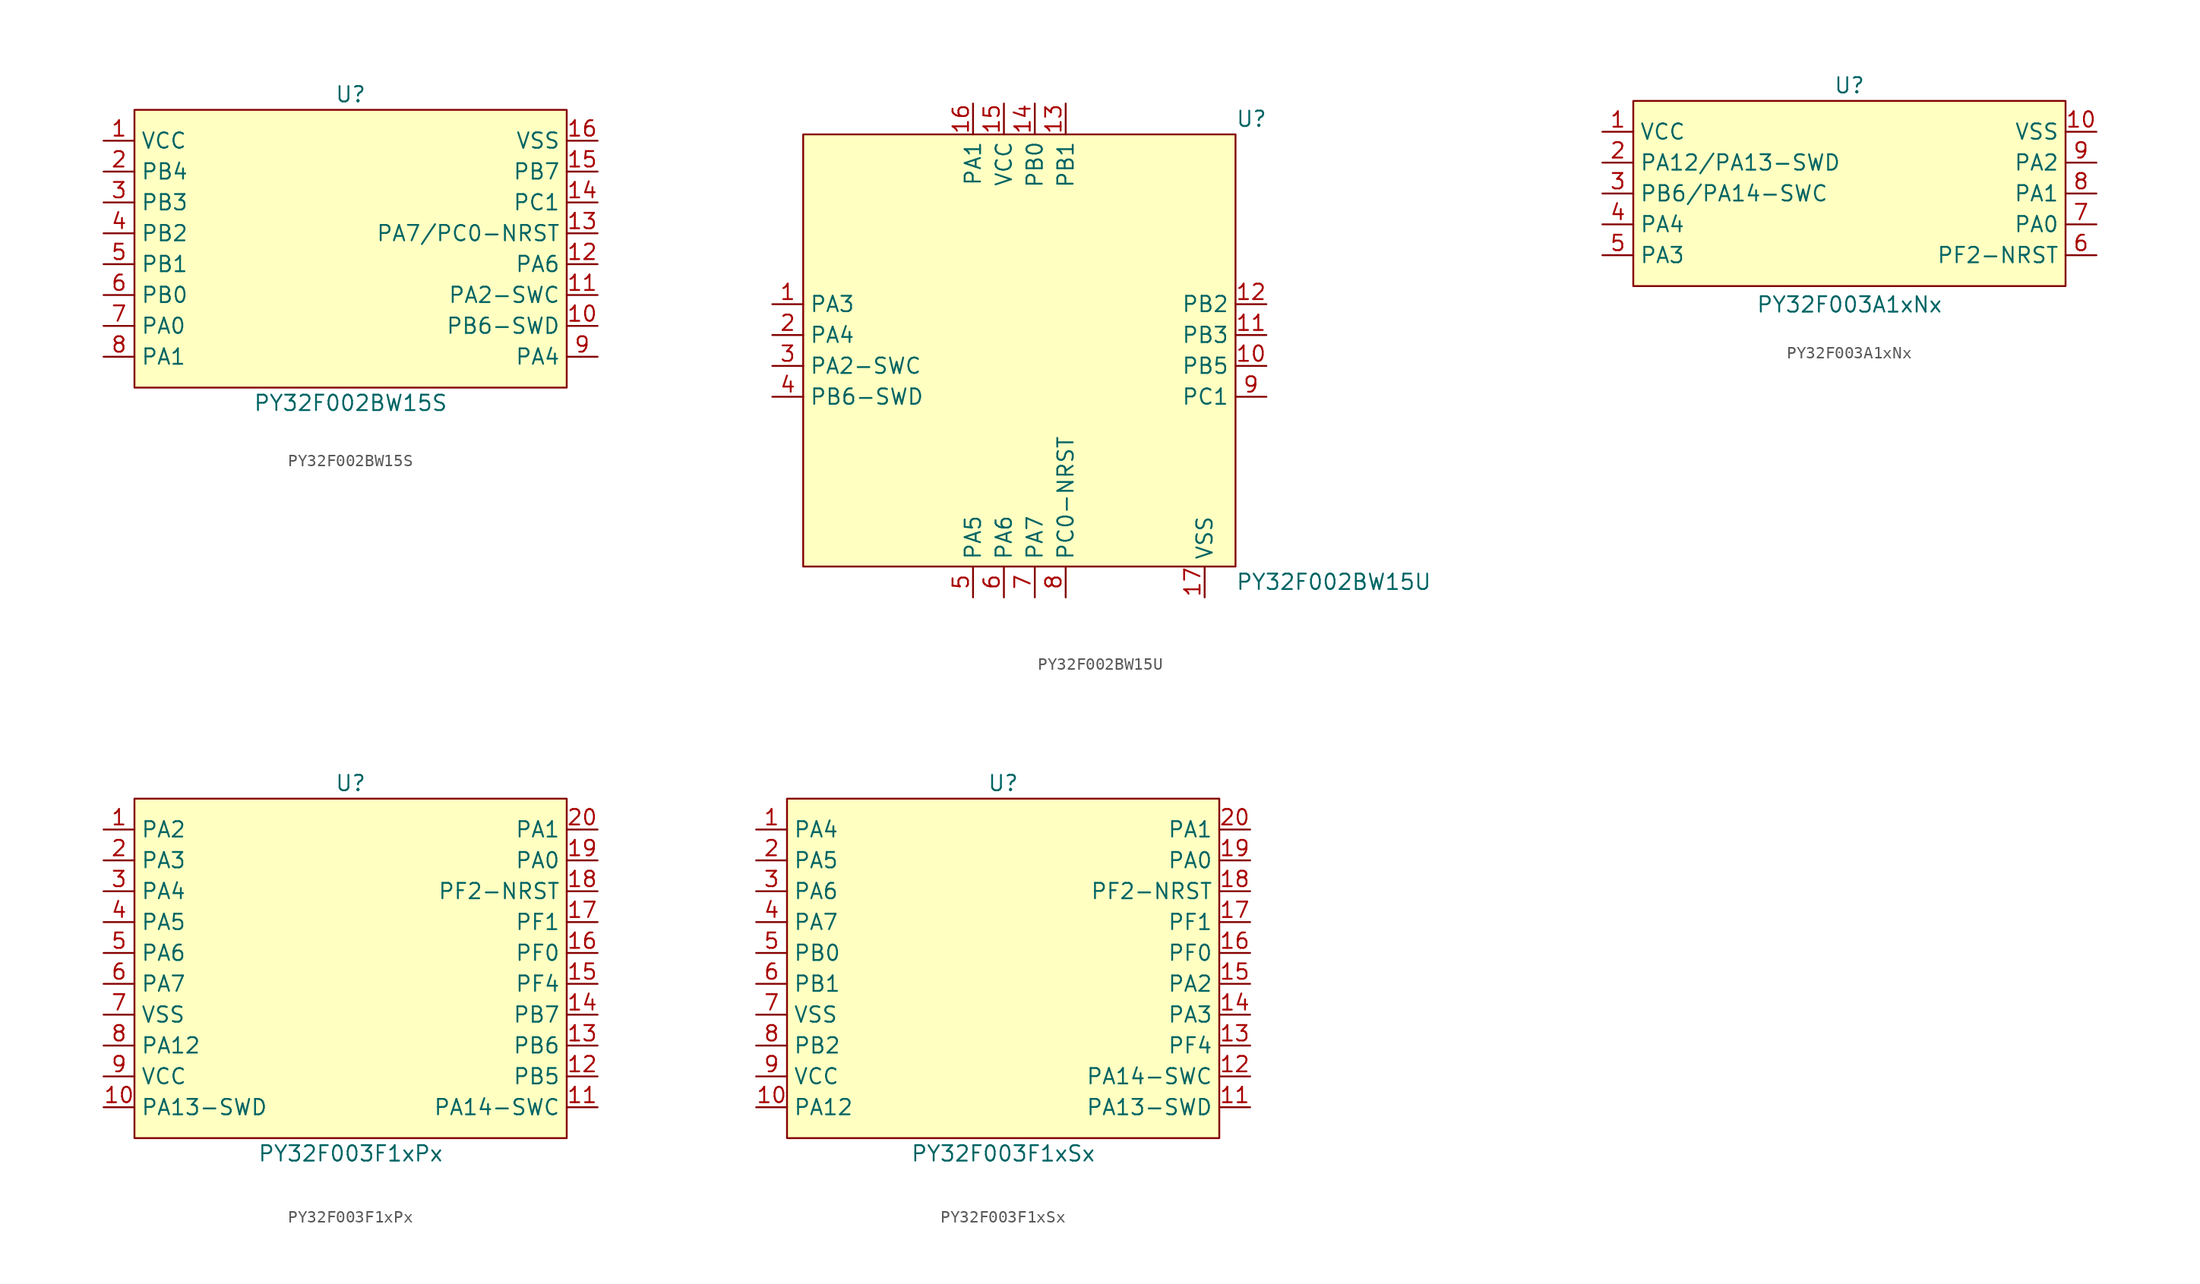
<source format=kicad_sym>
(kicad_symbol_lib
  (version 20241209)
  (generator "kicad_symbol_editor")
  (generator_version "9.0")
  (symbol "PY32F002BW15S"
    (property "Reference" "U"
      (at 0 12.7 0)
      (effects (font (size 1.27 1.27))))
    (property "Value" "PY32F002BW15S"
      (at 0 -12.7 0)
      (effects (font (size 1.27 1.27))))
    (symbol "PY32F002BW15S_0_0"
      (pin unspecified line (at -20.32 8.89 0) (length 2.54) (name "VCC" (effects (font (size 1.27 1.27)))) (number "1" (effects (font (size 1.27 1.27)))))
      (pin unspecified line (at -20.32 6.35 0) (length 2.54) (name "PB4" (effects (font (size 1.27 1.27)))) (number "2" (effects (font (size 1.27 1.27)))))
      (pin unspecified line (at -20.32 3.81 0) (length 2.54) (name "PB3" (effects (font (size 1.27 1.27)))) (number "3" (effects (font (size 1.27 1.27)))))
      (pin unspecified line (at -20.32 1.27 0) (length 2.54) (name "PB2" (effects (font (size 1.27 1.27)))) (number "4" (effects (font (size 1.27 1.27)))))
      (pin unspecified line (at -20.32 -1.27 0) (length 2.54) (name "PB1" (effects (font (size 1.27 1.27)))) (number "5" (effects (font (size 1.27 1.27)))))
      (pin unspecified line (at -20.32 -3.81 0) (length 2.54) (name "PB0" (effects (font (size 1.27 1.27)))) (number "6" (effects (font (size 1.27 1.27)))))
      (pin unspecified line (at -20.32 -6.35 0) (length 2.54) (name "PA0" (effects (font (size 1.27 1.27)))) (number "7" (effects (font (size 1.27 1.27)))))
      (pin unspecified line (at -20.32 -8.89 0) (length 2.54) (name "PA1" (effects (font (size 1.27 1.27)))) (number "8" (effects (font (size 1.27 1.27)))))
      (pin unspecified line (at 20.32 8.89 180) (length 2.54) (name "VSS" (effects (font (size 1.27 1.27)))) (number "16" (effects (font (size 1.27 1.27)))))
      (pin unspecified line (at 20.32 6.35 180) (length 2.54) (name "PB7" (effects (font (size 1.27 1.27)))) (number "15" (effects (font (size 1.27 1.27)))))
      (pin unspecified line (at 20.32 3.81 180) (length 2.54) (name "PC1" (effects (font (size 1.27 1.27)))) (number "14" (effects (font (size 1.27 1.27)))))
      (pin unspecified line (at 20.32 1.27 180) (length 2.54) (name "PA7/PC0-NRST" (effects (font (size 1.27 1.27)))) (number "13" (effects (font (size 1.27 1.27)))))
      (pin unspecified line (at 20.32 -1.27 180) (length 2.54) (name "PA6" (effects (font (size 1.27 1.27)))) (number "12" (effects (font (size 1.27 1.27)))))
      (pin unspecified line (at 20.32 -3.81 180) (length 2.54) (name "PA2-SWC" (effects (font (size 1.27 1.27)))) (number "11" (effects (font (size 1.27 1.27)))))
      (pin unspecified line (at 20.32 -6.35 180) (length 2.54) (name "PB6-SWD" (effects (font (size 1.27 1.27)))) (number "10" (effects (font (size 1.27 1.27)))))
      (pin unspecified line (at 20.32 -8.89 180) (length 2.54) (name "PA4" (effects (font (size 1.27 1.27)))) (number "9" (effects (font (size 1.27 1.27))))))
    (symbol "PY32F002BW15S_1_1"
      (rectangle (start -17.78 11.43) (end 17.78 -11.43) (stroke (width 0) (type solid)) (fill (type background)))))
  (symbol "PY32F002BW15U"
    (property "Reference" "U"
      (at 17.78 19.05 0)
      (effects (font (size 1.27 1.27)) (justify left)))
    (property "Value" "PY32F002BW15U"
      (at 17.78 -19.05 0)
      (effects (font (size 1.27 1.27)) (justify left)))
    (symbol "PY32F002BW15U_0_0"
      (pin unspecified line (at -20.32 3.81 0) (length 2.54) (name "PA3" (effects (font (size 1.27 1.27)))) (number "1" (effects (font (size 1.27 1.27)))))
      (pin unspecified line (at -20.32 1.27 0) (length 2.54) (name "PA4" (effects (font (size 1.27 1.27)))) (number "2" (effects (font (size 1.27 1.27)))))
      (pin unspecified line (at -20.32 -1.27 0) (length 2.54) (name "PA2-SWC" (effects (font (size 1.27 1.27)))) (number "3" (effects (font (size 1.27 1.27)))))
      (pin unspecified line (at -20.32 -3.81 0) (length 2.54) (name "PB6-SWD" (effects (font (size 1.27 1.27)))) (number "4" (effects (font (size 1.27 1.27)))))
      (pin unspecified line (at -3.81 20.32 270) (length 2.54) (name "PA1" (effects (font (size 1.27 1.27)))) (number "16" (effects (font (size 1.27 1.27)))))
      (pin unspecified line (at -3.81 -20.32 90) (length 2.54) (name "PA5" (effects (font (size 1.27 1.27)))) (number "5" (effects (font (size 1.27 1.27)))))
      (pin unspecified line (at -1.27 20.32 270) (length 2.54) (name "VCC" (effects (font (size 1.27 1.27)))) (number "15" (effects (font (size 1.27 1.27)))))
      (pin unspecified line (at -1.27 -20.32 90) (length 2.54) (name "PA6" (effects (font (size 1.27 1.27)))) (number "6" (effects (font (size 1.27 1.27)))))
      (pin unspecified line (at 1.27 20.32 270) (length 2.54) (name "PB0" (effects (font (size 1.27 1.27)))) (number "14" (effects (font (size 1.27 1.27)))))
      (pin unspecified line (at 1.27 -20.32 90) (length 2.54) (name "PA7" (effects (font (size 1.27 1.27)))) (number "7" (effects (font (size 1.27 1.27)))))
      (pin unspecified line (at 3.81 20.32 270) (length 2.54) (name "PB1" (effects (font (size 1.27 1.27)))) (number "13" (effects (font (size 1.27 1.27)))))
      (pin unspecified line (at 3.81 -20.32 90) (length 2.54) (name "PC0-NRST" (effects (font (size 1.27 1.27)))) (number "8" (effects (font (size 1.27 1.27)))))
      (pin unspecified line (at 20.32 3.81 180) (length 2.54) (name "PB2" (effects (font (size 1.27 1.27)))) (number "12" (effects (font (size 1.27 1.27)))))
      (pin unspecified line (at 20.32 1.27 180) (length 2.54) (name "PB3" (effects (font (size 1.27 1.27)))) (number "11" (effects (font (size 1.27 1.27)))))
      (pin unspecified line (at 20.32 -1.27 180) (length 2.54) (name "PB5" (effects (font (size 1.27 1.27)))) (number "10" (effects (font (size 1.27 1.27)))))
      (pin unspecified line (at 20.32 -3.81 180) (length 2.54) (name "PC1" (effects (font (size 1.27 1.27)))) (number "9" (effects (font (size 1.27 1.27))))))
    (symbol "PY32F002BW15U_1_0"
      (pin unspecified line (at 15.24 -20.32 90) (length 2.54) (name "VSS" (effects (font (size 1.27 1.27)))) (number "17" (effects (font (size 1.27 1.27))))))
    (symbol "PY32F002BW15U_1_1"
      (rectangle (start -17.78 17.78) (end 17.78 -17.78) (stroke (width 0) (type solid)) (fill (type background)))))
  (symbol "PY32F003A1xNx"
    (property "Reference" "U"
      (at 0 8.89 0)
      (effects (font (size 1.27 1.27))))
    (property "Value" "PY32F003A1xNx"
      (at 0 -9.144 0)
      (effects (font (size 1.27 1.27))))
    (symbol "PY32F003A1xNx_0_0"
      (pin unspecified line (at -20.32 5.08 0) (length 2.54) (name "VCC" (effects (font (size 1.27 1.27)))) (number "1" (effects (font (size 1.27 1.27)))))
      (pin unspecified line (at -20.32 2.54 0) (length 2.54) (name "PA12/PA13-SWD" (effects (font (size 1.27 1.27)))) (number "2" (effects (font (size 1.27 1.27)))))
      (pin unspecified line (at -20.32 0 0) (length 2.54) (name "PB6/PA14-SWC" (effects (font (size 1.27 1.27)))) (number "3" (effects (font (size 1.27 1.27)))))
      (pin unspecified line (at -20.32 -2.54 0) (length 2.54) (name "PA4" (effects (font (size 1.27 1.27)))) (number "4" (effects (font (size 1.27 1.27)))))
      (pin unspecified line (at -20.32 -5.08 0) (length 2.54) (name "PA3" (effects (font (size 1.27 1.27)))) (number "5" (effects (font (size 1.27 1.27)))))
      (pin unspecified line (at 20.32 5.08 180) (length 2.54) (name "VSS" (effects (font (size 1.27 1.27)))) (number "10" (effects (font (size 1.27 1.27)))))
      (pin unspecified line (at 20.32 2.54 180) (length 2.54) (name "PA2" (effects (font (size 1.27 1.27)))) (number "9" (effects (font (size 1.27 1.27)))))
      (pin unspecified line (at 20.32 0 180) (length 2.54) (name "PA1" (effects (font (size 1.27 1.27)))) (number "8" (effects (font (size 1.27 1.27)))))
      (pin unspecified line (at 20.32 -2.54 180) (length 2.54) (name "PA0" (effects (font (size 1.27 1.27)))) (number "7" (effects (font (size 1.27 1.27)))))
      (pin unspecified line (at 20.32 -5.08 180) (length 2.54) (name "PF2-NRST" (effects (font (size 1.27 1.27)))) (number "6" (effects (font (size 1.27 1.27))))))
    (symbol "PY32F003A1xNx_1_1"
      (rectangle (start -17.78 7.62) (end 17.78 -7.62) (stroke (width 0) (type solid)) (fill (type background)))))
  (symbol "PY32F003F1xPx"
    (property "Reference" "U"
      (at 0 15.24 0)
      (effects (font (size 1.27 1.27))))
    (property "Value" "PY32F003F1xPx"
      (at 0 -15.24 0)
      (effects (font (size 1.27 1.27))))
    (symbol "PY32F003F1xPx_0_0"
      (pin unspecified line (at -20.32 11.43 0) (length 2.54) (name "PA2" (effects (font (size 1.27 1.27)))) (number "1" (effects (font (size 1.27 1.27)))))
      (pin unspecified line (at -20.32 8.89 0) (length 2.54) (name "PA3" (effects (font (size 1.27 1.27)))) (number "2" (effects (font (size 1.27 1.27)))))
      (pin unspecified line (at -20.32 6.35 0) (length 2.54) (name "PA4" (effects (font (size 1.27 1.27)))) (number "3" (effects (font (size 1.27 1.27)))))
      (pin unspecified line (at -20.32 3.81 0) (length 2.54) (name "PA5" (effects (font (size 1.27 1.27)))) (number "4" (effects (font (size 1.27 1.27)))))
      (pin unspecified line (at -20.32 1.27 0) (length 2.54) (name "PA6" (effects (font (size 1.27 1.27)))) (number "5" (effects (font (size 1.27 1.27)))))
      (pin unspecified line (at -20.32 -1.27 0) (length 2.54) (name "PA7" (effects (font (size 1.27 1.27)))) (number "6" (effects (font (size 1.27 1.27)))))
      (pin unspecified line (at -20.32 -3.81 0) (length 2.54) (name "VSS" (effects (font (size 1.27 1.27)))) (number "7" (effects (font (size 1.27 1.27)))))
      (pin unspecified line (at -20.32 -6.35 0) (length 2.54) (name "PA12" (effects (font (size 1.27 1.27)))) (number "8" (effects (font (size 1.27 1.27)))))
      (pin unspecified line (at -20.32 -8.89 0) (length 2.54) (name "VCC" (effects (font (size 1.27 1.27)))) (number "9" (effects (font (size 1.27 1.27)))))
      (pin unspecified line (at -20.32 -11.43 0) (length 2.54) (name "PA13-SWD" (effects (font (size 1.27 1.27)))) (number "10" (effects (font (size 1.27 1.27)))))
      (pin unspecified line (at 20.32 11.43 180) (length 2.54) (name "PA1" (effects (font (size 1.27 1.27)))) (number "20" (effects (font (size 1.27 1.27)))))
      (pin unspecified line (at 20.32 8.89 180) (length 2.54) (name "PA0" (effects (font (size 1.27 1.27)))) (number "19" (effects (font (size 1.27 1.27)))))
      (pin unspecified line (at 20.32 6.35 180) (length 2.54) (name "PF2-NRST" (effects (font (size 1.27 1.27)))) (number "18" (effects (font (size 1.27 1.27)))))
      (pin unspecified line (at 20.32 3.81 180) (length 2.54) (name "PF1" (effects (font (size 1.27 1.27)))) (number "17" (effects (font (size 1.27 1.27)))))
      (pin unspecified line (at 20.32 1.27 180) (length 2.54) (name "PF0" (effects (font (size 1.27 1.27)))) (number "16" (effects (font (size 1.27 1.27)))))
      (pin unspecified line (at 20.32 -1.27 180) (length 2.54) (name "PF4" (effects (font (size 1.27 1.27)))) (number "15" (effects (font (size 1.27 1.27)))))
      (pin unspecified line (at 20.32 -3.81 180) (length 2.54) (name "PB7" (effects (font (size 1.27 1.27)))) (number "14" (effects (font (size 1.27 1.27)))))
      (pin unspecified line (at 20.32 -6.35 180) (length 2.54) (name "PB6" (effects (font (size 1.27 1.27)))) (number "13" (effects (font (size 1.27 1.27)))))
      (pin unspecified line (at 20.32 -8.89 180) (length 2.54) (name "PB5" (effects (font (size 1.27 1.27)))) (number "12" (effects (font (size 1.27 1.27)))))
      (pin unspecified line (at 20.32 -11.43 180) (length 2.54) (name "PA14-SWC" (effects (font (size 1.27 1.27)))) (number "11" (effects (font (size 1.27 1.27))))))
    (symbol "PY32F003F1xPx_1_1"
      (rectangle (start -17.78 13.97) (end 17.78 -13.97) (stroke (width 0) (type solid)) (fill (type background)))))
  (symbol "PY32F003F1xSx"
    (property "Reference" "U"
      (at 0 15.24 0)
      (effects (font (size 1.27 1.27))))
    (property "Value" "PY32F003F1xSx"
      (at 0 -15.24 0)
      (effects (font (size 1.27 1.27))))
    (symbol "PY32F003F1xSx_0_0"
      (pin unspecified line (at -20.32 11.43 0) (length 2.54) (name "PA4" (effects (font (size 1.27 1.27)))) (number "1" (effects (font (size 1.27 1.27)))))
      (pin unspecified line (at -20.32 8.89 0) (length 2.54) (name "PA5" (effects (font (size 1.27 1.27)))) (number "2" (effects (font (size 1.27 1.27)))))
      (pin unspecified line (at -20.32 6.35 0) (length 2.54) (name "PA6" (effects (font (size 1.27 1.27)))) (number "3" (effects (font (size 1.27 1.27)))))
      (pin unspecified line (at -20.32 3.81 0) (length 2.54) (name "PA7" (effects (font (size 1.27 1.27)))) (number "4" (effects (font (size 1.27 1.27)))))
      (pin unspecified line (at -20.32 1.27 0) (length 2.54) (name "PB0" (effects (font (size 1.27 1.27)))) (number "5" (effects (font (size 1.27 1.27)))))
      (pin unspecified line (at -20.32 -1.27 0) (length 2.54) (name "PB1" (effects (font (size 1.27 1.27)))) (number "6" (effects (font (size 1.27 1.27)))))
      (pin unspecified line (at -20.32 -3.81 0) (length 2.54) (name "VSS" (effects (font (size 1.27 1.27)))) (number "7" (effects (font (size 1.27 1.27)))))
      (pin unspecified line (at -20.32 -6.35 0) (length 2.54) (name "PB2" (effects (font (size 1.27 1.27)))) (number "8" (effects (font (size 1.27 1.27)))))
      (pin unspecified line (at -20.32 -8.89 0) (length 2.54) (name "VCC" (effects (font (size 1.27 1.27)))) (number "9" (effects (font (size 1.27 1.27)))))
      (pin unspecified line (at -20.32 -11.43 0) (length 2.54) (name "PA12" (effects (font (size 1.27 1.27)))) (number "10" (effects (font (size 1.27 1.27)))))
      (pin unspecified line (at 20.32 11.43 180) (length 2.54) (name "PA1" (effects (font (size 1.27 1.27)))) (number "20" (effects (font (size 1.27 1.27)))))
      (pin unspecified line (at 20.32 8.89 180) (length 2.54) (name "PA0" (effects (font (size 1.27 1.27)))) (number "19" (effects (font (size 1.27 1.27)))))
      (pin unspecified line (at 20.32 6.35 180) (length 2.54) (name "PF2-NRST" (effects (font (size 1.27 1.27)))) (number "18" (effects (font (size 1.27 1.27)))))
      (pin unspecified line (at 20.32 3.81 180) (length 2.54) (name "PF1" (effects (font (size 1.27 1.27)))) (number "17" (effects (font (size 1.27 1.27)))))
      (pin unspecified line (at 20.32 1.27 180) (length 2.54) (name "PF0" (effects (font (size 1.27 1.27)))) (number "16" (effects (font (size 1.27 1.27)))))
      (pin unspecified line (at 20.32 -1.27 180) (length 2.54) (name "PA2" (effects (font (size 1.27 1.27)))) (number "15" (effects (font (size 1.27 1.27)))))
      (pin unspecified line (at 20.32 -3.81 180) (length 2.54) (name "PA3" (effects (font (size 1.27 1.27)))) (number "14" (effects (font (size 1.27 1.27)))))
      (pin unspecified line (at 20.32 -6.35 180) (length 2.54) (name "PF4" (effects (font (size 1.27 1.27)))) (number "13" (effects (font (size 1.27 1.27)))))
      (pin unspecified line (at 20.32 -8.89 180) (length 2.54) (name "PA14-SWC" (effects (font (size 1.27 1.27)))) (number "12" (effects (font (size 1.27 1.27)))))
      (pin unspecified line (at 20.32 -11.43 180) (length 2.54) (name "PA13-SWD" (effects (font (size 1.27 1.27)))) (number "11" (effects (font (size 1.27 1.27))))))
    (symbol "PY32F003F1xSx_1_1"
      (rectangle (start -17.78 13.97) (end 17.78 -13.97) (stroke (width 0) (type solid)) (fill (type background))))))
</source>
